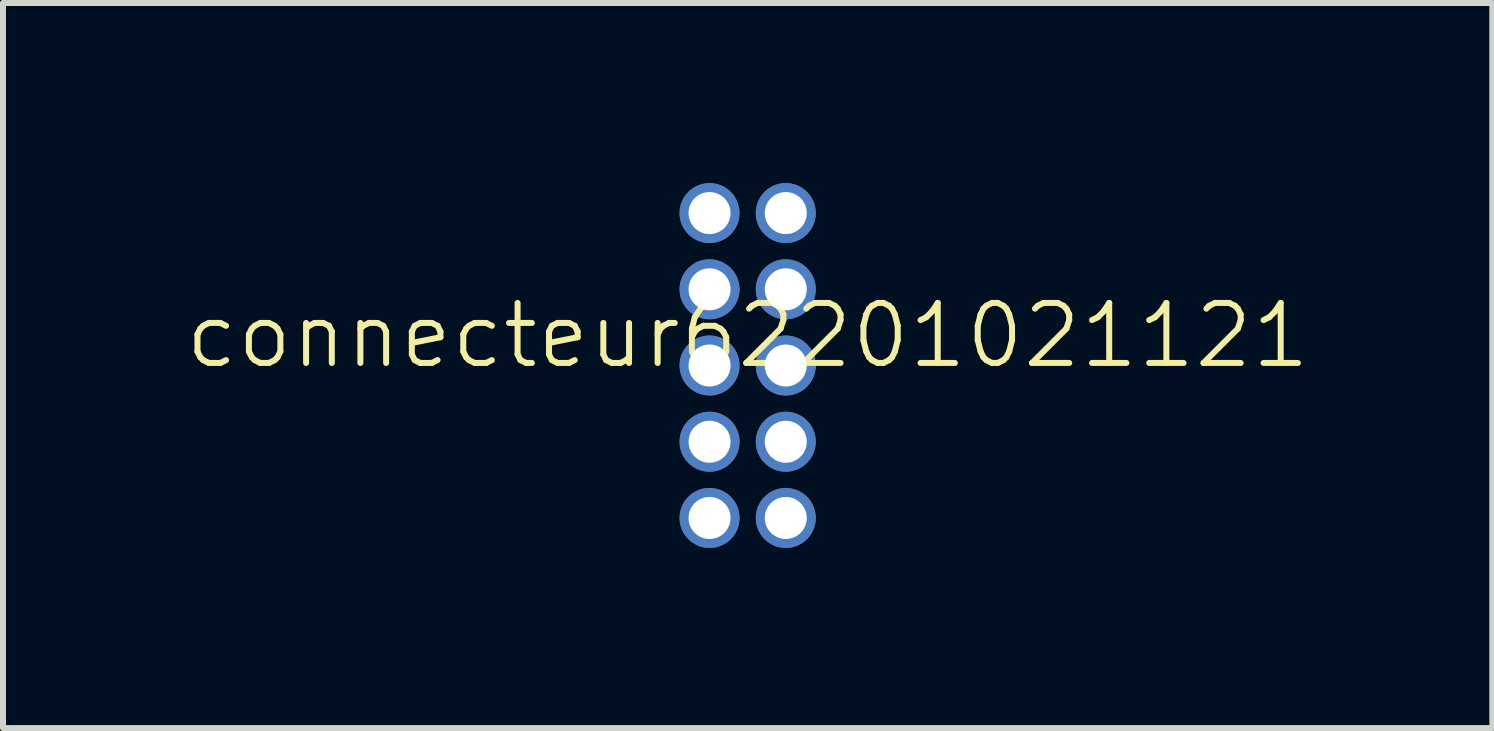
<source format=kicad_pcb>
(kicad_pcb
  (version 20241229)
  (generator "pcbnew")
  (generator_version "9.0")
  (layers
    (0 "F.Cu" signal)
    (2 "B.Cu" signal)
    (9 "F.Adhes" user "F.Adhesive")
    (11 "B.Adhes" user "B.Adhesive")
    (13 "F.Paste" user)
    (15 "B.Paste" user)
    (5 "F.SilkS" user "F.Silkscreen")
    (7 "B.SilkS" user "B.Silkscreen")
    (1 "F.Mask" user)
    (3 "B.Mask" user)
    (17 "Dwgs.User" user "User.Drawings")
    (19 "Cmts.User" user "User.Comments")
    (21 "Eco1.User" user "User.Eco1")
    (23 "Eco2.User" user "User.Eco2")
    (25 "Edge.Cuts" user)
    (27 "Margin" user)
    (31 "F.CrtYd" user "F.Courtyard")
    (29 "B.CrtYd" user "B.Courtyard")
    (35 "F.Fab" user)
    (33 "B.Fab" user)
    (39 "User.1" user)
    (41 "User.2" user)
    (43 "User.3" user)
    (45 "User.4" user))
  (footprint "connecteur62201021121"
    (layer "F.Cu")
    (at 9.407 3.04)
    (property "Reference" "connecteur62201021121" (at 0 -0.5 0) (unlocked yes) (layer "F.SilkS") (effects (font (size 1 1) (thickness 0.1))))
    (attr through_hole)
    (pad "1" thru_hole circle (at -0.635 -2.54) (size 1 1) (drill 0.7) (layers "*.Cu" "*.Mask"))
    (pad "2" thru_hole circle (at 0.635 -2.54) (size 1 1) (drill 0.7) (layers "*.Cu" "*.Mask"))
    (pad "3" thru_hole circle (at -0.635 -1.27) (size 1 1) (drill 0.7) (layers "*.Cu" "*.Mask"))
    (pad "4" thru_hole circle (at 0.635 -1.27) (size 1 1) (drill 0.7) (layers "*.Cu" "*.Mask"))
    (pad "5" thru_hole circle (at -0.635 0) (size 1 1) (drill 0.7) (layers "*.Cu" "*.Mask"))
    (pad "6" thru_hole circle (at 0.635 0) (size 1 1) (drill 0.7) (layers "*.Cu" "*.Mask"))
    (pad "7" thru_hole circle (at -0.635 1.27) (size 1 1) (drill 0.7) (layers "*.Cu" "*.Mask"))
    (pad "8" thru_hole circle (at 0.635 1.27) (size 1 1) (drill 0.7) (layers "*.Cu" "*.Mask"))
    (pad "9" thru_hole circle (at -0.635 2.54) (size 1 1) (drill 0.7) (layers "*.Cu" "*.Mask"))
    (pad "10" thru_hole circle (at 0.635 2.54) (size 1 1) (drill 0.7) (layers "*.Cu" "*.Mask")))
  (gr_rect
    (start -3 -3)
    (end 21.814 9.08)
    (stroke (width 0.1) (type default))
    (fill no)
    (layer "Edge.Cuts")))
</source>
